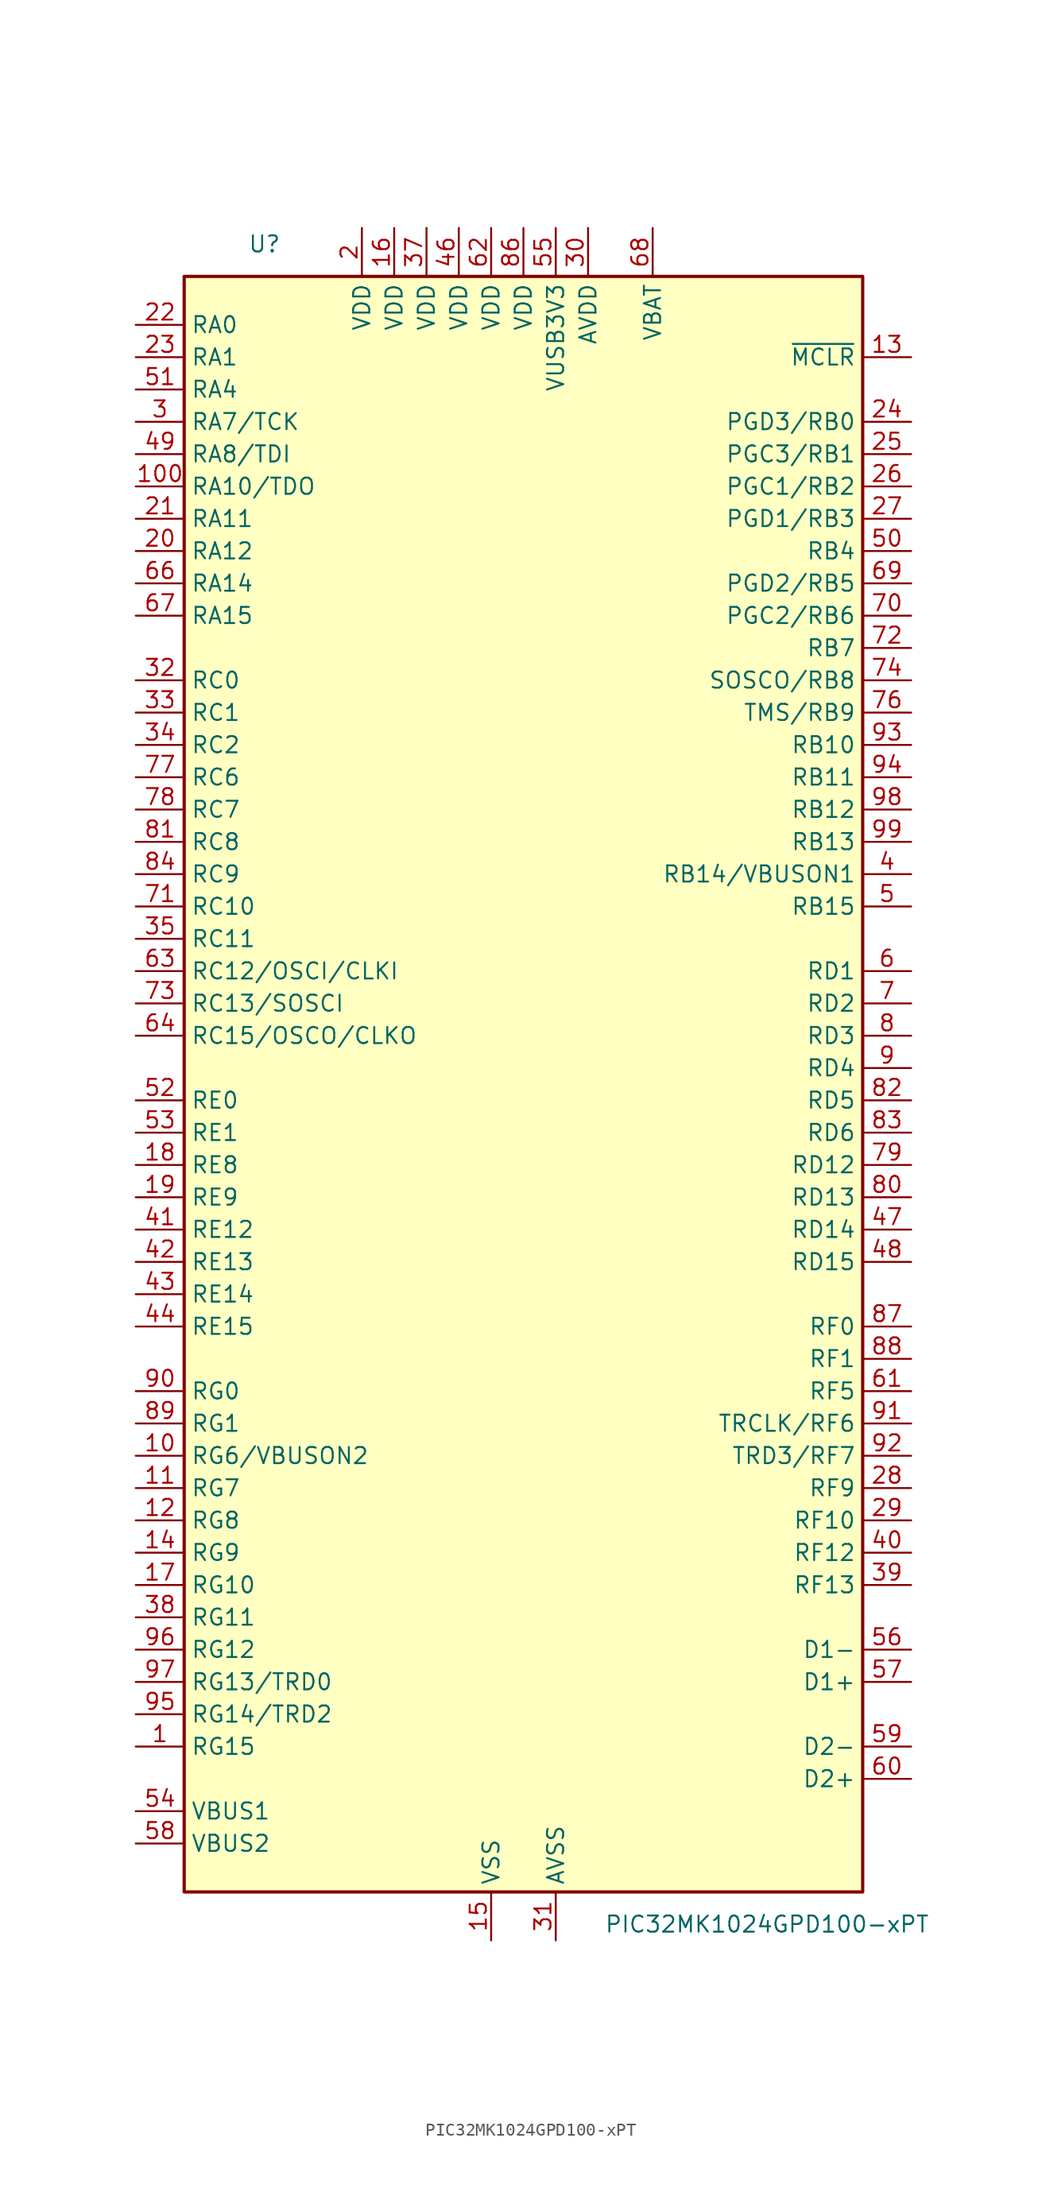
<source format=kicad_sym>
(kicad_symbol_lib
  (version 20211014)
  (generator kicad_symbol_editor)
  (symbol "PIC32MK1024GPD100-xPT"
    (property "Reference" "U"
      (at -19.05 64.77 0)
      (effects (font (size 1.27 1.27)) (justify right)))
    (property "Value" "PIC32MK1024GPD100-xPT"
      (at 6.35 -67.31 0)
      (effects (font (size 1.27 1.27)) (justify left)))
    (symbol "PIC32MK1024GPD100-xPT_0_1"
      (rectangle (start -26.67 62.23) (end 26.67 -64.77) (stroke (width 0.254) (type default) (color 0 0 0 0)) (fill (type background))))
    (symbol "PIC32MK1024GPD100-xPT_1_1"
      (pin bidirectional line (at -30.48 -53.34 0) (length 3.81) (name "RG15" (effects (font (size 1.27 1.27)))) (number "1" (effects (font (size 1.27 1.27)))))
      (pin bidirectional line (at -30.48 -30.48 0) (length 3.81) (name "RG6/VBUSON2" (effects (font (size 1.27 1.27)))) (number "10" (effects (font (size 1.27 1.27)))))
      (pin bidirectional line (at -30.48 45.72 0) (length 3.81) (name "RA10/TDO" (effects (font (size 1.27 1.27)))) (number "100" (effects (font (size 1.27 1.27)))))
      (pin bidirectional line (at -30.48 -33.02 0) (length 3.81) (name "RG7" (effects (font (size 1.27 1.27)))) (number "11" (effects (font (size 1.27 1.27)))))
      (pin bidirectional line (at -30.48 -35.56 0) (length 3.81) (name "RG8" (effects (font (size 1.27 1.27)))) (number "12" (effects (font (size 1.27 1.27)))))
      (pin input line (at 30.48 55.88 180) (length 3.81) (name "~{MCLR}" (effects (font (size 1.27 1.27)))) (number "13" (effects (font (size 1.27 1.27)))))
      (pin bidirectional line (at -30.48 -38.1 0) (length 3.81) (name "RG9" (effects (font (size 1.27 1.27)))) (number "14" (effects (font (size 1.27 1.27)))))
      (pin power_in line (at -2.54 -68.58 90) (length 3.81) (name "VSS" (effects (font (size 1.27 1.27)))) (number "15" (effects (font (size 1.27 1.27)))))
      (pin power_in line (at -10.16 66.04 270) (length 3.81) (name "VDD" (effects (font (size 1.27 1.27)))) (number "16" (effects (font (size 1.27 1.27)))))
      (pin bidirectional line (at -30.48 -40.64 0) (length 3.81) (name "RG10" (effects (font (size 1.27 1.27)))) (number "17" (effects (font (size 1.27 1.27)))))
      (pin bidirectional line (at -30.48 -7.62 0) (length 3.81) (name "RE8" (effects (font (size 1.27 1.27)))) (number "18" (effects (font (size 1.27 1.27)))))
      (pin bidirectional line (at -30.48 -10.16 0) (length 3.81) (name "RE9" (effects (font (size 1.27 1.27)))) (number "19" (effects (font (size 1.27 1.27)))))
      (pin power_in line (at -12.7 66.04 270) (length 3.81) (name "VDD" (effects (font (size 1.27 1.27)))) (number "2" (effects (font (size 1.27 1.27)))))
      (pin bidirectional line (at -30.48 40.64 0) (length 3.81) (name "RA12" (effects (font (size 1.27 1.27)))) (number "20" (effects (font (size 1.27 1.27)))))
      (pin bidirectional line (at -30.48 43.18 0) (length 3.81) (name "RA11" (effects (font (size 1.27 1.27)))) (number "21" (effects (font (size 1.27 1.27)))))
      (pin bidirectional line (at -30.48 58.42 0) (length 3.81) (name "RA0" (effects (font (size 1.27 1.27)))) (number "22" (effects (font (size 1.27 1.27)))))
      (pin bidirectional line (at -30.48 55.88 0) (length 3.81) (name "RA1" (effects (font (size 1.27 1.27)))) (number "23" (effects (font (size 1.27 1.27)))))
      (pin bidirectional line (at 30.48 50.8 180) (length 3.81) (name "PGD3/RB0" (effects (font (size 1.27 1.27)))) (number "24" (effects (font (size 1.27 1.27)))))
      (pin bidirectional line (at 30.48 48.26 180) (length 3.81) (name "PGC3/RB1" (effects (font (size 1.27 1.27)))) (number "25" (effects (font (size 1.27 1.27)))))
      (pin bidirectional line (at 30.48 45.72 180) (length 3.81) (name "PGC1/RB2" (effects (font (size 1.27 1.27)))) (number "26" (effects (font (size 1.27 1.27)))))
      (pin bidirectional line (at 30.48 43.18 180) (length 3.81) (name "PGD1/RB3" (effects (font (size 1.27 1.27)))) (number "27" (effects (font (size 1.27 1.27)))))
      (pin bidirectional line (at 30.48 -33.02 180) (length 3.81) (name "RF9" (effects (font (size 1.27 1.27)))) (number "28" (effects (font (size 1.27 1.27)))))
      (pin bidirectional line (at 30.48 -35.56 180) (length 3.81) (name "RF10" (effects (font (size 1.27 1.27)))) (number "29" (effects (font (size 1.27 1.27)))))
      (pin bidirectional line (at -30.48 50.8 0) (length 3.81) (name "RA7/TCK" (effects (font (size 1.27 1.27)))) (number "3" (effects (font (size 1.27 1.27)))))
      (pin power_in line (at 5.08 66.04 270) (length 3.81) (name "AVDD" (effects (font (size 1.27 1.27)))) (number "30" (effects (font (size 1.27 1.27)))))
      (pin power_in line (at 2.54 -68.58 90) (length 3.81) (name "AVSS" (effects (font (size 1.27 1.27)))) (number "31" (effects (font (size 1.27 1.27)))))
      (pin bidirectional line (at -30.48 30.48 0) (length 3.81) (name "RC0" (effects (font (size 1.27 1.27)))) (number "32" (effects (font (size 1.27 1.27)))))
      (pin bidirectional line (at -30.48 27.94 0) (length 3.81) (name "RC1" (effects (font (size 1.27 1.27)))) (number "33" (effects (font (size 1.27 1.27)))))
      (pin bidirectional line (at -30.48 25.4 0) (length 3.81) (name "RC2" (effects (font (size 1.27 1.27)))) (number "34" (effects (font (size 1.27 1.27)))))
      (pin bidirectional line (at -30.48 10.16 0) (length 3.81) (name "RC11" (effects (font (size 1.27 1.27)))) (number "35" (effects (font (size 1.27 1.27)))))
      (pin passive line (at -2.54 -68.58 90) (length 3.81) hide (name "VSS" (effects (font (size 1.27 1.27)))) (number "36" (effects (font (size 1.27 1.27)))))
      (pin power_in line (at -7.62 66.04 270) (length 3.81) (name "VDD" (effects (font (size 1.27 1.27)))) (number "37" (effects (font (size 1.27 1.27)))))
      (pin bidirectional line (at -30.48 -43.18 0) (length 3.81) (name "RG11" (effects (font (size 1.27 1.27)))) (number "38" (effects (font (size 1.27 1.27)))))
      (pin bidirectional line (at 30.48 -40.64 180) (length 3.81) (name "RF13" (effects (font (size 1.27 1.27)))) (number "39" (effects (font (size 1.27 1.27)))))
      (pin bidirectional line (at 30.48 15.24 180) (length 3.81) (name "RB14/VBUSON1" (effects (font (size 1.27 1.27)))) (number "4" (effects (font (size 1.27 1.27)))))
      (pin bidirectional line (at 30.48 -38.1 180) (length 3.81) (name "RF12" (effects (font (size 1.27 1.27)))) (number "40" (effects (font (size 1.27 1.27)))))
      (pin bidirectional line (at -30.48 -12.7 0) (length 3.81) (name "RE12" (effects (font (size 1.27 1.27)))) (number "41" (effects (font (size 1.27 1.27)))))
      (pin bidirectional line (at -30.48 -15.24 0) (length 3.81) (name "RE13" (effects (font (size 1.27 1.27)))) (number "42" (effects (font (size 1.27 1.27)))))
      (pin bidirectional line (at -30.48 -17.78 0) (length 3.81) (name "RE14" (effects (font (size 1.27 1.27)))) (number "43" (effects (font (size 1.27 1.27)))))
      (pin bidirectional line (at -30.48 -20.32 0) (length 3.81) (name "RE15" (effects (font (size 1.27 1.27)))) (number "44" (effects (font (size 1.27 1.27)))))
      (pin passive line (at -2.54 -68.58 90) (length 3.81) hide (name "VSS" (effects (font (size 1.27 1.27)))) (number "45" (effects (font (size 1.27 1.27)))))
      (pin power_in line (at -5.08 66.04 270) (length 3.81) (name "VDD" (effects (font (size 1.27 1.27)))) (number "46" (effects (font (size 1.27 1.27)))))
      (pin bidirectional line (at 30.48 -12.7 180) (length 3.81) (name "RD14" (effects (font (size 1.27 1.27)))) (number "47" (effects (font (size 1.27 1.27)))))
      (pin bidirectional line (at 30.48 -15.24 180) (length 3.81) (name "RD15" (effects (font (size 1.27 1.27)))) (number "48" (effects (font (size 1.27 1.27)))))
      (pin bidirectional line (at -30.48 48.26 0) (length 3.81) (name "RA8/TDI" (effects (font (size 1.27 1.27)))) (number "49" (effects (font (size 1.27 1.27)))))
      (pin bidirectional line (at 30.48 12.7 180) (length 3.81) (name "RB15" (effects (font (size 1.27 1.27)))) (number "5" (effects (font (size 1.27 1.27)))))
      (pin bidirectional line (at 30.48 40.64 180) (length 3.81) (name "RB4" (effects (font (size 1.27 1.27)))) (number "50" (effects (font (size 1.27 1.27)))))
      (pin bidirectional line (at -30.48 53.34 0) (length 3.81) (name "RA4" (effects (font (size 1.27 1.27)))) (number "51" (effects (font (size 1.27 1.27)))))
      (pin bidirectional line (at -30.48 -2.54 0) (length 3.81) (name "RE0" (effects (font (size 1.27 1.27)))) (number "52" (effects (font (size 1.27 1.27)))))
      (pin bidirectional line (at -30.48 -5.08 0) (length 3.81) (name "RE1" (effects (font (size 1.27 1.27)))) (number "53" (effects (font (size 1.27 1.27)))))
      (pin input line (at -30.48 -58.42 0) (length 3.81) (name "VBUS1" (effects (font (size 1.27 1.27)))) (number "54" (effects (font (size 1.27 1.27)))))
      (pin power_in line (at 2.54 66.04 270) (length 3.81) (name "VUSB3V3" (effects (font (size 1.27 1.27)))) (number "55" (effects (font (size 1.27 1.27)))))
      (pin bidirectional line (at 30.48 -45.72 180) (length 3.81) (name "D1-" (effects (font (size 1.27 1.27)))) (number "56" (effects (font (size 1.27 1.27)))))
      (pin bidirectional line (at 30.48 -48.26 180) (length 3.81) (name "D1+" (effects (font (size 1.27 1.27)))) (number "57" (effects (font (size 1.27 1.27)))))
      (pin input line (at -30.48 -60.96 0) (length 3.81) (name "VBUS2" (effects (font (size 1.27 1.27)))) (number "58" (effects (font (size 1.27 1.27)))))
      (pin bidirectional line (at 30.48 -53.34 180) (length 3.81) (name "D2-" (effects (font (size 1.27 1.27)))) (number "59" (effects (font (size 1.27 1.27)))))
      (pin bidirectional line (at 30.48 7.62 180) (length 3.81) (name "RD1" (effects (font (size 1.27 1.27)))) (number "6" (effects (font (size 1.27 1.27)))))
      (pin bidirectional line (at 30.48 -55.88 180) (length 3.81) (name "D2+" (effects (font (size 1.27 1.27)))) (number "60" (effects (font (size 1.27 1.27)))))
      (pin bidirectional line (at 30.48 -25.4 180) (length 3.81) (name "RF5" (effects (font (size 1.27 1.27)))) (number "61" (effects (font (size 1.27 1.27)))))
      (pin power_in line (at -2.54 66.04 270) (length 3.81) (name "VDD" (effects (font (size 1.27 1.27)))) (number "62" (effects (font (size 1.27 1.27)))))
      (pin bidirectional line (at -30.48 7.62 0) (length 3.81) (name "RC12/OSCI/CLKI" (effects (font (size 1.27 1.27)))) (number "63" (effects (font (size 1.27 1.27)))))
      (pin bidirectional line (at -30.48 2.54 0) (length 3.81) (name "RC15/OSCO/CLKO" (effects (font (size 1.27 1.27)))) (number "64" (effects (font (size 1.27 1.27)))))
      (pin passive line (at -2.54 -68.58 90) (length 3.81) hide (name "VSS" (effects (font (size 1.27 1.27)))) (number "65" (effects (font (size 1.27 1.27)))))
      (pin bidirectional line (at -30.48 38.1 0) (length 3.81) (name "RA14" (effects (font (size 1.27 1.27)))) (number "66" (effects (font (size 1.27 1.27)))))
      (pin bidirectional line (at -30.48 35.56 0) (length 3.81) (name "RA15" (effects (font (size 1.27 1.27)))) (number "67" (effects (font (size 1.27 1.27)))))
      (pin power_in line (at 10.16 66.04 270) (length 3.81) (name "VBAT" (effects (font (size 1.27 1.27)))) (number "68" (effects (font (size 1.27 1.27)))))
      (pin bidirectional line (at 30.48 38.1 180) (length 3.81) (name "PGD2/RB5" (effects (font (size 1.27 1.27)))) (number "69" (effects (font (size 1.27 1.27)))))
      (pin bidirectional line (at 30.48 5.08 180) (length 3.81) (name "RD2" (effects (font (size 1.27 1.27)))) (number "7" (effects (font (size 1.27 1.27)))))
      (pin bidirectional line (at 30.48 35.56 180) (length 3.81) (name "PGC2/RB6" (effects (font (size 1.27 1.27)))) (number "70" (effects (font (size 1.27 1.27)))))
      (pin bidirectional line (at -30.48 12.7 0) (length 3.81) (name "RC10" (effects (font (size 1.27 1.27)))) (number "71" (effects (font (size 1.27 1.27)))))
      (pin bidirectional line (at 30.48 33.02 180) (length 3.81) (name "RB7" (effects (font (size 1.27 1.27)))) (number "72" (effects (font (size 1.27 1.27)))))
      (pin bidirectional line (at -30.48 5.08 0) (length 3.81) (name "RC13/SOSCI" (effects (font (size 1.27 1.27)))) (number "73" (effects (font (size 1.27 1.27)))))
      (pin bidirectional line (at 30.48 30.48 180) (length 3.81) (name "SOSCO/RB8" (effects (font (size 1.27 1.27)))) (number "74" (effects (font (size 1.27 1.27)))))
      (pin passive line (at -2.54 -68.58 90) (length 3.81) hide (name "VSS" (effects (font (size 1.27 1.27)))) (number "75" (effects (font (size 1.27 1.27)))))
      (pin bidirectional line (at 30.48 27.94 180) (length 3.81) (name "TMS/RB9" (effects (font (size 1.27 1.27)))) (number "76" (effects (font (size 1.27 1.27)))))
      (pin bidirectional line (at -30.48 22.86 0) (length 3.81) (name "RC6" (effects (font (size 1.27 1.27)))) (number "77" (effects (font (size 1.27 1.27)))))
      (pin bidirectional line (at -30.48 20.32 0) (length 3.81) (name "RC7" (effects (font (size 1.27 1.27)))) (number "78" (effects (font (size 1.27 1.27)))))
      (pin bidirectional line (at 30.48 -7.62 180) (length 3.81) (name "RD12" (effects (font (size 1.27 1.27)))) (number "79" (effects (font (size 1.27 1.27)))))
      (pin bidirectional line (at 30.48 2.54 180) (length 3.81) (name "RD3" (effects (font (size 1.27 1.27)))) (number "8" (effects (font (size 1.27 1.27)))))
      (pin bidirectional line (at 30.48 -10.16 180) (length 3.81) (name "RD13" (effects (font (size 1.27 1.27)))) (number "80" (effects (font (size 1.27 1.27)))))
      (pin bidirectional line (at -30.48 17.78 0) (length 3.81) (name "RC8" (effects (font (size 1.27 1.27)))) (number "81" (effects (font (size 1.27 1.27)))))
      (pin bidirectional line (at 30.48 -2.54 180) (length 3.81) (name "RD5" (effects (font (size 1.27 1.27)))) (number "82" (effects (font (size 1.27 1.27)))))
      (pin bidirectional line (at 30.48 -5.08 180) (length 3.81) (name "RD6" (effects (font (size 1.27 1.27)))) (number "83" (effects (font (size 1.27 1.27)))))
      (pin bidirectional line (at -30.48 15.24 0) (length 3.81) (name "RC9" (effects (font (size 1.27 1.27)))) (number "84" (effects (font (size 1.27 1.27)))))
      (pin passive line (at -2.54 -68.58 90) (length 3.81) hide (name "VSS" (effects (font (size 1.27 1.27)))) (number "85" (effects (font (size 1.27 1.27)))))
      (pin power_in line (at 0 66.04 270) (length 3.81) (name "VDD" (effects (font (size 1.27 1.27)))) (number "86" (effects (font (size 1.27 1.27)))))
      (pin bidirectional line (at 30.48 -20.32 180) (length 3.81) (name "RF0" (effects (font (size 1.27 1.27)))) (number "87" (effects (font (size 1.27 1.27)))))
      (pin bidirectional line (at 30.48 -22.86 180) (length 3.81) (name "RF1" (effects (font (size 1.27 1.27)))) (number "88" (effects (font (size 1.27 1.27)))))
      (pin bidirectional line (at -30.48 -27.94 0) (length 3.81) (name "RG1" (effects (font (size 1.27 1.27)))) (number "89" (effects (font (size 1.27 1.27)))))
      (pin bidirectional line (at 30.48 0 180) (length 3.81) (name "RD4" (effects (font (size 1.27 1.27)))) (number "9" (effects (font (size 1.27 1.27)))))
      (pin bidirectional line (at -30.48 -25.4 0) (length 3.81) (name "RG0" (effects (font (size 1.27 1.27)))) (number "90" (effects (font (size 1.27 1.27)))))
      (pin bidirectional line (at 30.48 -27.94 180) (length 3.81) (name "TRCLK/RF6" (effects (font (size 1.27 1.27)))) (number "91" (effects (font (size 1.27 1.27)))))
      (pin bidirectional line (at 30.48 -30.48 180) (length 3.81) (name "TRD3/RF7" (effects (font (size 1.27 1.27)))) (number "92" (effects (font (size 1.27 1.27)))))
      (pin bidirectional line (at 30.48 25.4 180) (length 3.81) (name "RB10" (effects (font (size 1.27 1.27)))) (number "93" (effects (font (size 1.27 1.27)))))
      (pin bidirectional line (at 30.48 22.86 180) (length 3.81) (name "RB11" (effects (font (size 1.27 1.27)))) (number "94" (effects (font (size 1.27 1.27)))))
      (pin bidirectional line (at -30.48 -50.8 0) (length 3.81) (name "RG14/TRD2" (effects (font (size 1.27 1.27)))) (number "95" (effects (font (size 1.27 1.27)))))
      (pin bidirectional line (at -30.48 -45.72 0) (length 3.81) (name "RG12" (effects (font (size 1.27 1.27)))) (number "96" (effects (font (size 1.27 1.27)))))
      (pin bidirectional line (at -30.48 -48.26 0) (length 3.81) (name "RG13/TRD0" (effects (font (size 1.27 1.27)))) (number "97" (effects (font (size 1.27 1.27)))))
      (pin bidirectional line (at 30.48 20.32 180) (length 3.81) (name "RB12" (effects (font (size 1.27 1.27)))) (number "98" (effects (font (size 1.27 1.27)))))
      (pin bidirectional line (at 30.48 17.78 180) (length 3.81) (name "RB13" (effects (font (size 1.27 1.27)))) (number "99" (effects (font (size 1.27 1.27))))))))
</source>
